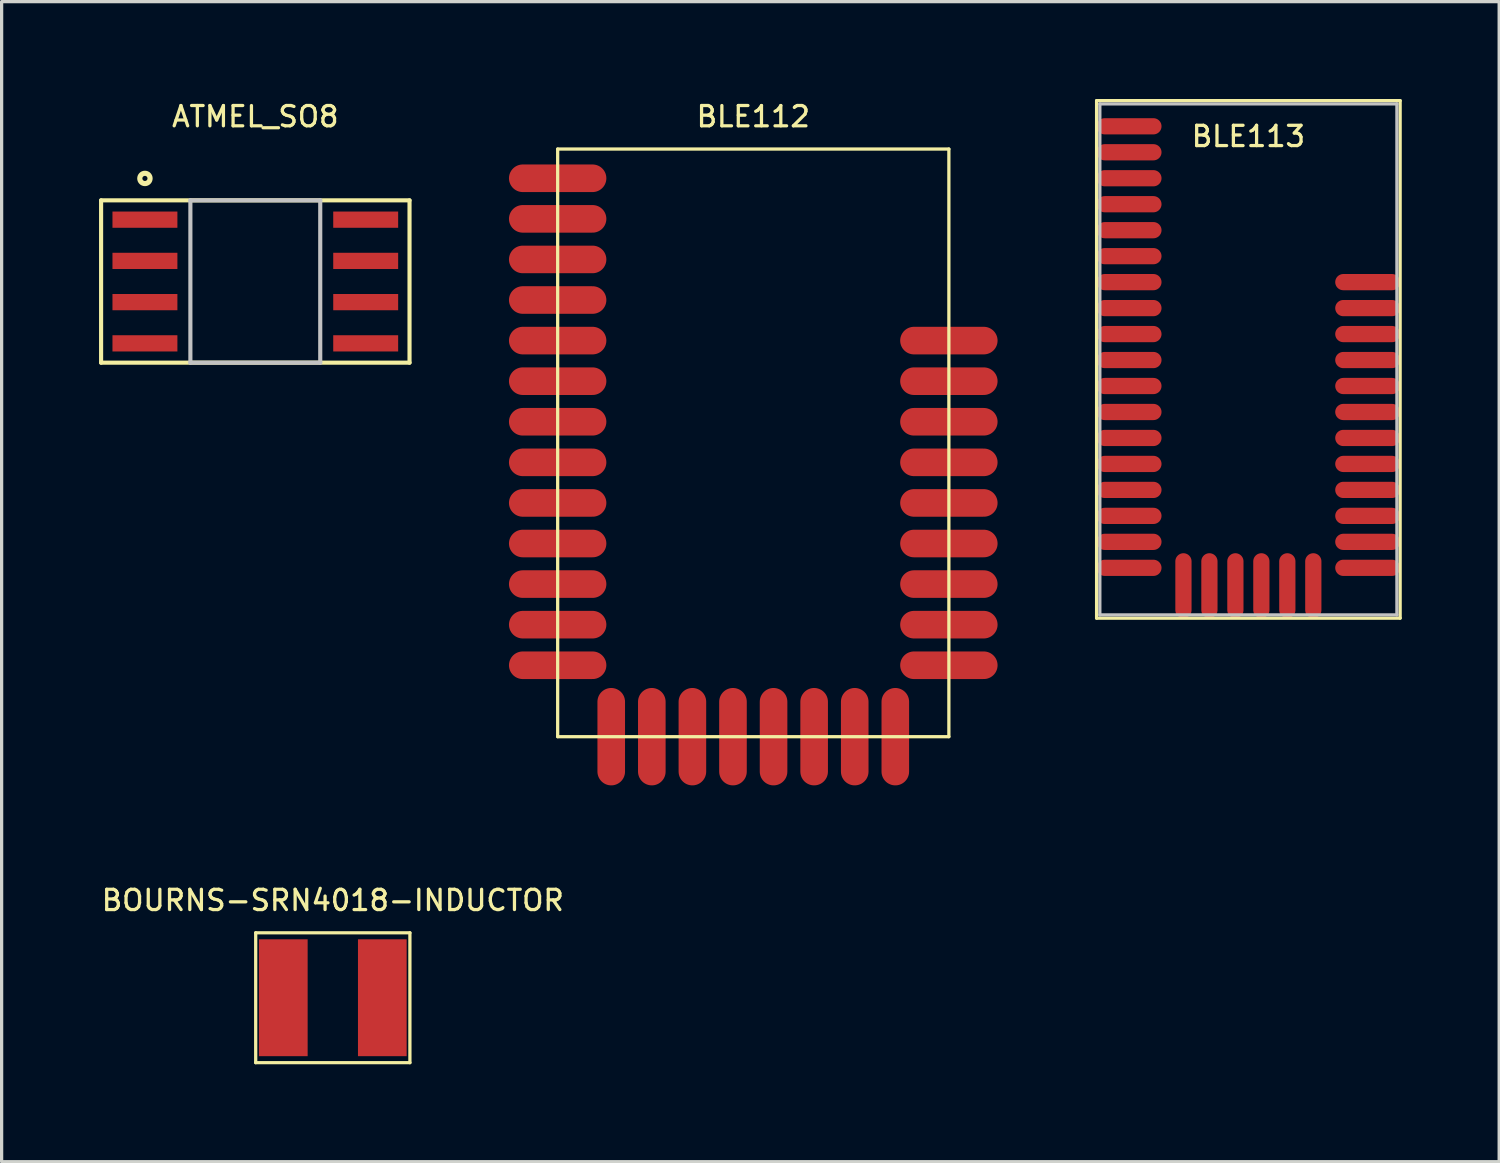
<source format=kicad_pcb>
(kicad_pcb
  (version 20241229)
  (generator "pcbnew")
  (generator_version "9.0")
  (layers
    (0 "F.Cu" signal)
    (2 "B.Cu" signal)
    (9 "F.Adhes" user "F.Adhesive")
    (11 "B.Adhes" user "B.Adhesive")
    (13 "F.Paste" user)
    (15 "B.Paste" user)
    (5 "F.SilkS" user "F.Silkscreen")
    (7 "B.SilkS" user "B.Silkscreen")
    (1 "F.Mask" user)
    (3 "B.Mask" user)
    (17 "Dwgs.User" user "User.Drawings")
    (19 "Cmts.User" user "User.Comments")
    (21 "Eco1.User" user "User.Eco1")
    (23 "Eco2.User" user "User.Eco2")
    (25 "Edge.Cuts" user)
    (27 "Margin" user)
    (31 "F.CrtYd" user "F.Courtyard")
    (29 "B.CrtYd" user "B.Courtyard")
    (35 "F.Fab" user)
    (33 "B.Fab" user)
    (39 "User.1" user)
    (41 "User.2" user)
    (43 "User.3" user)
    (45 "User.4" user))
  (footprint "BLE113"
    (layer "F.Cu")
    (at 35.402 8.02)
    (property "Reference" "BLE113" (at 0 -6.87 0) (layer "F.SilkS") (effects (font (size 0.625 0.625) (thickness 0.1))))
    (attr through_hole)
    (fp_line (start -4.675 -7.97) (end -4.675 7.97) (stroke (width 0.1) (type solid)) (layer "F.SilkS"))
    (fp_line (start -4.675 7.97) (end 4.675 7.97) (stroke (width 0.1) (type solid)) (layer "F.SilkS"))
    (fp_line (start 4.675 -7.97) (end -4.675 -7.97) (stroke (width 0.1) (type solid)) (layer "F.SilkS"))
    (fp_line (start 4.675 7.97) (end 4.675 -7.97) (stroke (width 0.1) (type solid)) (layer "F.SilkS"))
    (fp_line (start -4.575 -7.87) (end -4.575 7.87) (stroke (width 0.1) (type solid)) (layer "Dwgs.User"))
    (fp_line (start -4.575 7.87) (end 4.575 7.87) (stroke (width 0.1) (type solid)) (layer "Dwgs.User"))
    (fp_line (start 4.575 -7.87) (end -4.575 -7.87) (stroke (width 0.1) (type solid)) (layer "Dwgs.User"))
    (fp_line (start 4.575 7.87) (end 4.575 -7.87) (stroke (width 0.1) (type solid)) (layer "Dwgs.User"))
    (pad "1" smd oval (at -3.675 -7.18) (size 2 0.5) (layers "F.Cu" "F.Mask" "F.Paste"))
    (pad "2" smd oval (at -3.675 -6.38) (size 2 0.5) (layers "F.Cu" "F.Mask" "F.Paste"))
    (pad "3" smd oval (at -3.675 -5.58) (size 2 0.5) (layers "F.Cu" "F.Mask" "F.Paste"))
    (pad "4" smd oval (at -3.675 -4.78) (size 2 0.5) (layers "F.Cu" "F.Mask" "F.Paste"))
    (pad "5" smd oval (at -3.675 -3.98) (size 2 0.5) (layers "F.Cu" "F.Mask" "F.Paste"))
    (pad "6" smd oval (at -3.675 -3.18) (size 2 0.5) (layers "F.Cu" "F.Mask" "F.Paste"))
    (pad "7" smd oval (at -3.675 -2.38) (size 2 0.5) (layers "F.Cu" "F.Mask" "F.Paste"))
    (pad "8" smd oval (at -3.675 -1.58) (size 2 0.5) (layers "F.Cu" "F.Mask" "F.Paste"))
    (pad "9" smd oval (at -3.675 -0.78) (size 2 0.5) (layers "F.Cu" "F.Mask" "F.Paste"))
    (pad "10" smd oval (at -3.675 0.02) (size 2 0.5) (layers "F.Cu" "F.Mask" "F.Paste"))
    (pad "11" smd oval (at -3.675 0.82) (size 2 0.5) (layers "F.Cu" "F.Mask" "F.Paste"))
    (pad "12" smd oval (at -3.675 1.62) (size 2 0.5) (layers "F.Cu" "F.Mask" "F.Paste"))
    (pad "13" smd oval (at -3.675 2.42) (size 2 0.5) (layers "F.Cu" "F.Mask" "F.Paste"))
    (pad "14" smd oval (at -3.675 3.22) (size 2 0.5) (layers "F.Cu" "F.Mask" "F.Paste"))
    (pad "15" smd oval (at -3.675 4.02) (size 2 0.5) (layers "F.Cu" "F.Mask" "F.Paste"))
    (pad "16" smd oval (at -3.675 4.82) (size 2 0.5) (layers "F.Cu" "F.Mask" "F.Paste"))
    (pad "17" smd oval (at -3.675 5.62) (size 2 0.5) (layers "F.Cu" "F.Mask" "F.Paste"))
    (pad "18" smd oval (at -3.675 6.42) (size 2 0.5) (layers "F.Cu" "F.Mask" "F.Paste"))
    (pad "19" smd oval (at -2 6.97 270) (size 2 0.5) (layers "F.Cu" "F.Mask" "F.Paste"))
    (pad "20" smd oval (at -1.2 6.97 270) (size 2 0.5) (layers "F.Cu" "F.Mask" "F.Paste"))
    (pad "21" smd oval (at -0.4 6.97 270) (size 2 0.5) (layers "F.Cu" "F.Mask" "F.Paste"))
    (pad "22" smd oval (at 0.4 6.97 270) (size 2 0.5) (layers "F.Cu" "F.Mask" "F.Paste"))
    (pad "23" smd oval (at 1.2 6.97 270) (size 2 0.5) (layers "F.Cu" "F.Mask" "F.Paste"))
    (pad "24" smd oval (at 2 6.97 270) (size 2 0.5) (layers "F.Cu" "F.Mask" "F.Paste"))
    (pad "25" smd oval (at 3.675 6.42) (size 2 0.5) (layers "F.Cu" "F.Mask" "F.Paste"))
    (pad "26" smd oval (at 3.675 5.62) (size 2 0.5) (layers "F.Cu" "F.Mask" "F.Paste"))
    (pad "27" smd oval (at 3.675 4.82) (size 2 0.5) (layers "F.Cu" "F.Mask" "F.Paste"))
    (pad "28" smd oval (at 3.675 4.02) (size 2 0.5) (layers "F.Cu" "F.Mask" "F.Paste"))
    (pad "29" smd oval (at 3.675 3.22) (size 2 0.5) (layers "F.Cu" "F.Mask" "F.Paste"))
    (pad "30" smd oval (at 3.675 2.42) (size 2 0.5) (layers "F.Cu" "F.Mask" "F.Paste"))
    (pad "31" smd oval (at 3.675 1.62) (size 2 0.5) (layers "F.Cu" "F.Mask" "F.Paste"))
    (pad "32" smd oval (at 3.675 0.82) (size 2 0.5) (layers "F.Cu" "F.Mask" "F.Paste"))
    (pad "33" smd oval (at 3.675 0.02) (size 2 0.5) (layers "F.Cu" "F.Mask" "F.Paste"))
    (pad "34" smd oval (at 3.675 -0.78) (size 2 0.5) (layers "F.Cu" "F.Mask" "F.Paste"))
    (pad "35" smd oval (at 3.675 -1.58) (size 2 0.5) (layers "F.Cu" "F.Mask" "F.Paste"))
    (pad "36" smd oval (at 3.675 -2.38) (size 2 0.5) (layers "F.Cu" "F.Mask" "F.Paste")))
  (footprint "BOURNS-SRN4018-INDUCTOR"
    (layer "F.Cu")
    (at 7.201 27.682)
    (property "Reference" "BOURNS-SRN4018-INDUCTOR" (at 0 -3 0) (layer "F.SilkS") (effects (font (size 0.625 0.625) (thickness 0.1))))
    (attr through_hole)
    (fp_line (start -2.375 -2) (end -2.375 2) (stroke (width 0.1) (type solid)) (layer "F.SilkS"))
    (fp_line (start -2.375 2) (end 2.375 2) (stroke (width 0.1) (type solid)) (layer "F.SilkS"))
    (fp_line (start 2.375 -2) (end -2.375 -2) (stroke (width 0.1) (type solid)) (layer "F.SilkS"))
    (fp_line (start 2.375 2) (end 2.375 -2) (stroke (width 0.1) (type solid)) (layer "F.SilkS"))
    (pad "1" smd rect (at -1.525 0) (size 1.5 3.6) (layers "F.Cu" "F.Mask" "F.Paste"))
    (pad "2" smd rect (at 1.525 0) (size 1.5 3.6) (layers "F.Cu" "F.Mask" "F.Paste")))
  (footprint "BLE112"
    (layer "F.Cu")
    (at 20.152 10.591)
    (property "Reference" "BLE112" (at 0 -10.05 0) (layer "F.SilkS") (effects (font (size 0.625 0.625) (thickness 0.1))))
    (attr through_hole)
    (fp_line (start -6.025 -9.05) (end -6.025 9.05) (stroke (width 0.1) (type solid)) (layer "F.SilkS"))
    (fp_line (start -6.025 9.05) (end 6.025 9.05) (stroke (width 0.1) (type solid)) (layer "F.SilkS"))
    (fp_line (start 6.025 -9.05) (end -6.025 -9.05) (stroke (width 0.1) (type solid)) (layer "F.SilkS"))
    (fp_line (start 6.025 9.05) (end 6.025 -9.05) (stroke (width 0.1) (type solid)) (layer "F.SilkS"))
    (pad "1" smd oval (at -6.025 -8.15) (size 3 0.85) (layers "F.Cu" "F.Mask" "F.Paste"))
    (pad "2" smd oval (at -6.025 -6.9) (size 3 0.85) (layers "F.Cu" "F.Mask" "F.Paste"))
    (pad "3" smd oval (at -6.025 -5.65) (size 3 0.85) (layers "F.Cu" "F.Mask" "F.Paste"))
    (pad "4" smd oval (at -6.025 -4.4) (size 3 0.85) (layers "F.Cu" "F.Mask" "F.Paste"))
    (pad "5" smd oval (at -6.025 -3.15) (size 3 0.85) (layers "F.Cu" "F.Mask" "F.Paste"))
    (pad "6" smd oval (at -6.025 -1.9) (size 3 0.85) (layers "F.Cu" "F.Mask" "F.Paste"))
    (pad "7" smd oval (at -6.025 -0.65) (size 3 0.85) (layers "F.Cu" "F.Mask" "F.Paste"))
    (pad "8" smd oval (at -6.025 0.6) (size 3 0.85) (layers "F.Cu" "F.Mask" "F.Paste"))
    (pad "9" smd oval (at -6.025 1.85) (size 3 0.85) (layers "F.Cu" "F.Mask" "F.Paste"))
    (pad "10" smd oval (at -6.025 3.1) (size 3 0.85) (layers "F.Cu" "F.Mask" "F.Paste"))
    (pad "11" smd oval (at -6.025 4.35) (size 3 0.85) (layers "F.Cu" "F.Mask" "F.Paste"))
    (pad "12" smd oval (at -6.025 5.6) (size 3 0.85) (layers "F.Cu" "F.Mask" "F.Paste"))
    (pad "13" smd oval (at -6.025 6.85) (size 3 0.85) (layers "F.Cu" "F.Mask" "F.Paste"))
    (pad "14" smd oval (at -4.375 9.05 270) (size 3 0.85) (layers "F.Cu" "F.Mask" "F.Paste"))
    (pad "15" smd oval (at -3.125 9.05 270) (size 3 0.85) (layers "F.Cu" "F.Mask" "F.Paste"))
    (pad "16" smd oval (at -1.875 9.05 270) (size 3 0.85) (layers "F.Cu" "F.Mask" "F.Paste"))
    (pad "17" smd oval (at -0.625 9.05 270) (size 3 0.85) (layers "F.Cu" "F.Mask" "F.Paste"))
    (pad "18" smd oval (at 0.625 9.05 270) (size 3 0.85) (layers "F.Cu" "F.Mask" "F.Paste"))
    (pad "19" smd oval (at 1.875 9.05 270) (size 3 0.85) (layers "F.Cu" "F.Mask" "F.Paste"))
    (pad "20" smd oval (at 3.125 9.05 270) (size 3 0.85) (layers "F.Cu" "F.Mask" "F.Paste"))
    (pad "21" smd oval (at 4.375 9.05 270) (size 3 0.85) (layers "F.Cu" "F.Mask" "F.Paste"))
    (pad "22" smd oval (at 6.025 6.85) (size 3 0.85) (layers "F.Cu" "F.Mask" "F.Paste"))
    (pad "23" smd oval (at 6.025 5.6) (size 3 0.85) (layers "F.Cu" "F.Mask" "F.Paste"))
    (pad "24" smd oval (at 6.025 4.35) (size 3 0.85) (layers "F.Cu" "F.Mask" "F.Paste"))
    (pad "25" smd oval (at 6.025 3.1) (size 3 0.85) (layers "F.Cu" "F.Mask" "F.Paste"))
    (pad "26" smd oval (at 6.025 1.85) (size 3 0.85) (layers "F.Cu" "F.Mask" "F.Paste"))
    (pad "27" smd oval (at 6.025 0.6) (size 3 0.85) (layers "F.Cu" "F.Mask" "F.Paste"))
    (pad "28" smd oval (at 6.025 -0.65) (size 3 0.85) (layers "F.Cu" "F.Mask" "F.Paste"))
    (pad "29" smd oval (at 6.025 -1.9) (size 3 0.85) (layers "F.Cu" "F.Mask" "F.Paste"))
    (pad "30" smd oval (at 6.025 -3.15) (size 3 0.85) (layers "F.Cu" "F.Mask" "F.Paste")))
  (footprint "ATMEL_SO8"
    (layer "F.Cu")
    (at 4.814 5.621)
    (property "Reference" "ATMEL_SO8" (at 0 -5.08 0) (layer "F.SilkS") (effects (font (size 0.625 0.625) (thickness 0.1))))
    (attr through_hole)
    (fp_line (start -4.75 -2.5) (end -4.75 2.5) (stroke (width 0.127) (type solid)) (layer "F.SilkS"))
    (fp_line (start -4.75 2.5) (end 4.75 2.5) (stroke (width 0.127) (type solid)) (layer "F.SilkS"))
    (fp_line (start 4.75 -2.5) (end -4.75 -2.5) (stroke (width 0.127) (type solid)) (layer "F.SilkS"))
    (fp_line (start 4.75 2.5) (end 4.75 -2.5) (stroke (width 0.127) (type solid)) (layer "F.SilkS"))
    (fp_circle (center -3.4 -3.175) (end -3.288 -3.063) (stroke (width 0.159) (type solid)) (fill no) (layer "F.SilkS"))
    (fp_line (start -2 -2.5) (end -2 2.5) (stroke (width 0.127) (type solid)) (layer "Dwgs.User"))
    (fp_line (start -2 2.5) (end 2 2.5) (stroke (width 0.127) (type solid)) (layer "Dwgs.User"))
    (fp_line (start 2 -2.5) (end -2 -2.5) (stroke (width 0.127) (type solid)) (layer "Dwgs.User"))
    (fp_line (start 2 2.5) (end 2 -2.5) (stroke (width 0.127) (type solid)) (layer "Dwgs.User"))
    (pad "1" smd rect (at -3.4 -1.905 180) (size 2 0.5) (layers "F.Cu" "F.Mask" "F.Paste"))
    (pad "2" smd rect (at -3.4 -0.635 180) (size 2 0.5) (layers "F.Cu" "F.Mask" "F.Paste"))
    (pad "3" smd rect (at -3.4 0.635 180) (size 2 0.5) (layers "F.Cu" "F.Mask" "F.Paste"))
    (pad "4" smd rect (at -3.4 1.905 180) (size 2 0.5) (layers "F.Cu" "F.Mask" "F.Paste"))
    (pad "5" smd rect (at 3.4 1.905) (size 2 0.5) (layers "F.Cu" "F.Mask" "F.Paste"))
    (pad "6" smd rect (at 3.4 0.635) (size 2 0.5) (layers "F.Cu" "F.Mask" "F.Paste"))
    (pad "7" smd rect (at 3.4 -0.635) (size 2 0.5) (layers "F.Cu" "F.Mask" "F.Paste"))
    (pad "8" smd rect (at 3.4 -1.905) (size 2 0.5) (layers "F.Cu" "F.Mask" "F.Paste")))
  (gr_rect
    (start -3 -3)
    (end 43.127 32.732)
    (stroke (width 0.1) (type default))
    (fill no)
    (layer "Edge.Cuts")))
</source>
